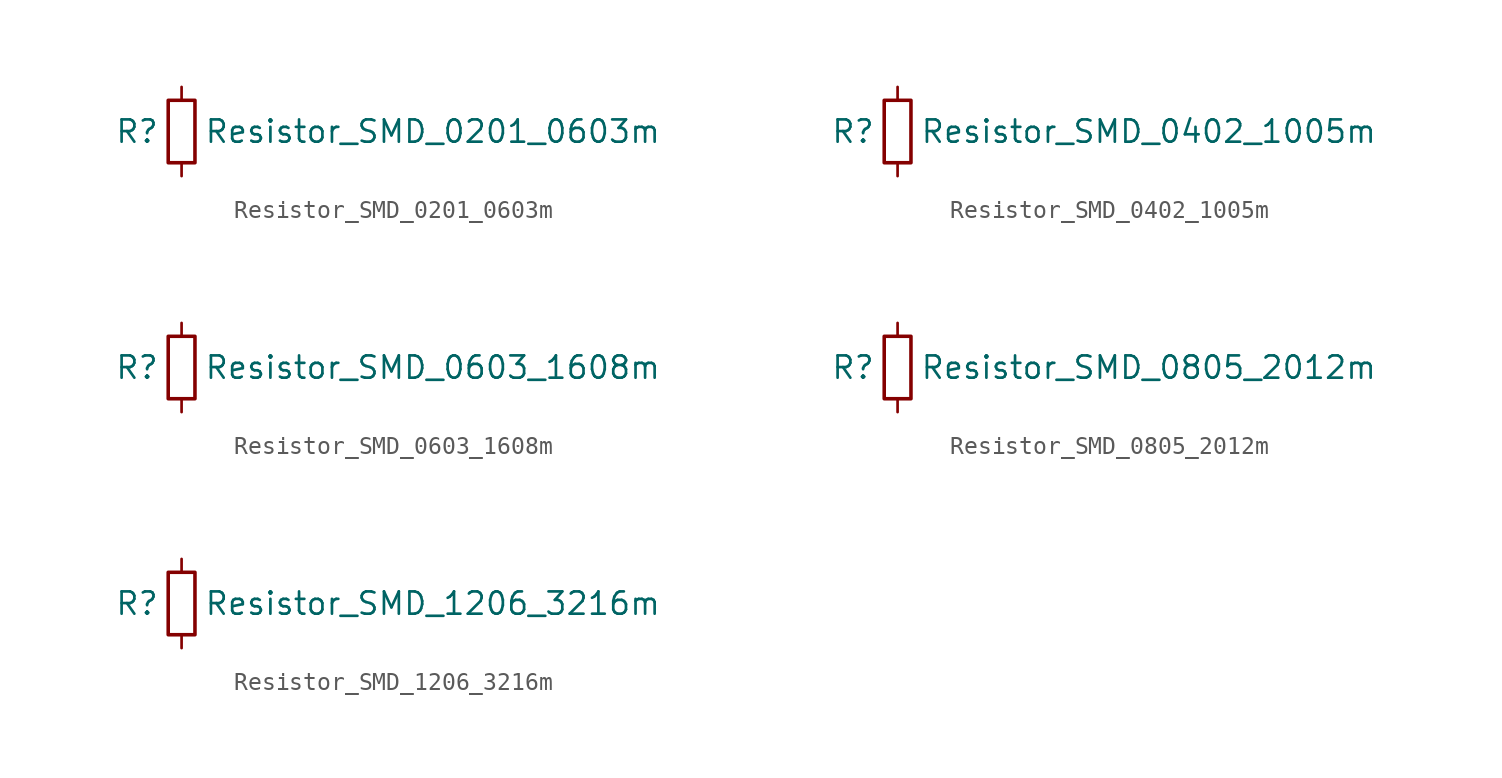
<source format=kicad_sym>
(kicad_symbol_lib
  (version 20211014)
  (generator kicad_symbol_editor)
  (symbol "Resistor_SMD_0201_0603m"
    (pin_numbers hide)
    (pin_names
      (offset 1.27) hide)
    (property "Reference" "R"
      (at -2.54 0 0)
      (effects (font (size 1.27 1.27))))
    (property "Value" "Resistor_SMD_0201_0603m"
      (at 1.27 0 0)
      (effects (font (size 1.27 1.27)) (justify left)))
    (symbol "Resistor_SMD_0201_0603m_1_1"
      (rectangle (start -0.762 1.778) (end 0.762 -1.778) (stroke (width 0.203) (type default) (color 0 0 0 0)) (fill (type none)))
      (pin passive line (at 0 2.54 270) (length 0.762) (name "~" (effects (font (size 1.27 1.27)))) (number "1" (effects (font (size 1.27 1.27)))))
      (pin passive line (at 0 -2.54 90) (length 0.762) (name "~" (effects (font (size 1.27 1.27)))) (number "2" (effects (font (size 1.27 1.27)))))))
  (symbol "Resistor_SMD_0402_1005m"
    (pin_numbers hide)
    (pin_names
      (offset 1.27) hide)
    (property "Reference" "R"
      (at -2.54 0 0)
      (effects (font (size 1.27 1.27))))
    (property "Value" "Resistor_SMD_0402_1005m"
      (at 1.27 0 0)
      (effects (font (size 1.27 1.27)) (justify left)))
    (symbol "Resistor_SMD_0402_1005m_1_1"
      (rectangle (start -0.762 1.778) (end 0.762 -1.778) (stroke (width 0.203) (type default) (color 0 0 0 0)) (fill (type none)))
      (pin passive line (at 0 2.54 270) (length 0.762) (name "~" (effects (font (size 1.27 1.27)))) (number "1" (effects (font (size 1.27 1.27)))))
      (pin passive line (at 0 -2.54 90) (length 0.762) (name "~" (effects (font (size 1.27 1.27)))) (number "2" (effects (font (size 1.27 1.27)))))))
  (symbol "Resistor_SMD_0603_1608m"
    (pin_numbers hide)
    (pin_names
      (offset 1.27) hide)
    (property "Reference" "R"
      (at -2.54 0 0)
      (effects (font (size 1.27 1.27))))
    (property "Value" "Resistor_SMD_0603_1608m"
      (at 1.27 0 0)
      (effects (font (size 1.27 1.27)) (justify left)))
    (symbol "Resistor_SMD_0603_1608m_1_1"
      (rectangle (start -0.762 1.778) (end 0.762 -1.778) (stroke (width 0.203) (type default) (color 0 0 0 0)) (fill (type none)))
      (pin passive line (at 0 2.54 270) (length 0.762) (name "~" (effects (font (size 1.27 1.27)))) (number "1" (effects (font (size 1.27 1.27)))))
      (pin passive line (at 0 -2.54 90) (length 0.762) (name "~" (effects (font (size 1.27 1.27)))) (number "2" (effects (font (size 1.27 1.27)))))))
  (symbol "Resistor_SMD_0805_2012m"
    (pin_numbers hide)
    (pin_names
      (offset 1.27) hide)
    (property "Reference" "R"
      (at -2.54 0 0)
      (effects (font (size 1.27 1.27))))
    (property "Value" "Resistor_SMD_0805_2012m"
      (at 1.27 0 0)
      (effects (font (size 1.27 1.27)) (justify left)))
    (symbol "Resistor_SMD_0805_2012m_1_1"
      (rectangle (start -0.762 1.778) (end 0.762 -1.778) (stroke (width 0.203) (type default) (color 0 0 0 0)) (fill (type none)))
      (pin passive line (at 0 2.54 270) (length 0.762) (name "~" (effects (font (size 1.27 1.27)))) (number "1" (effects (font (size 1.27 1.27)))))
      (pin passive line (at 0 -2.54 90) (length 0.762) (name "~" (effects (font (size 1.27 1.27)))) (number "2" (effects (font (size 1.27 1.27)))))))
  (symbol "Resistor_SMD_1206_3216m"
    (pin_numbers hide)
    (pin_names
      (offset 1.27) hide)
    (property "Reference" "R"
      (at -2.54 0 0)
      (effects (font (size 1.27 1.27))))
    (property "Value" "Resistor_SMD_1206_3216m"
      (at 1.27 0 0)
      (effects (font (size 1.27 1.27)) (justify left)))
    (symbol "Resistor_SMD_1206_3216m_1_1"
      (rectangle (start -0.762 1.778) (end 0.762 -1.778) (stroke (width 0.203) (type default) (color 0 0 0 0)) (fill (type none)))
      (pin passive line (at 0 2.54 270) (length 0.762) (name "~" (effects (font (size 1.27 1.27)))) (number "1" (effects (font (size 1.27 1.27)))))
      (pin passive line (at 0 -2.54 90) (length 0.762) (name "~" (effects (font (size 1.27 1.27)))) (number "2" (effects (font (size 1.27 1.27))))))))
</source>
